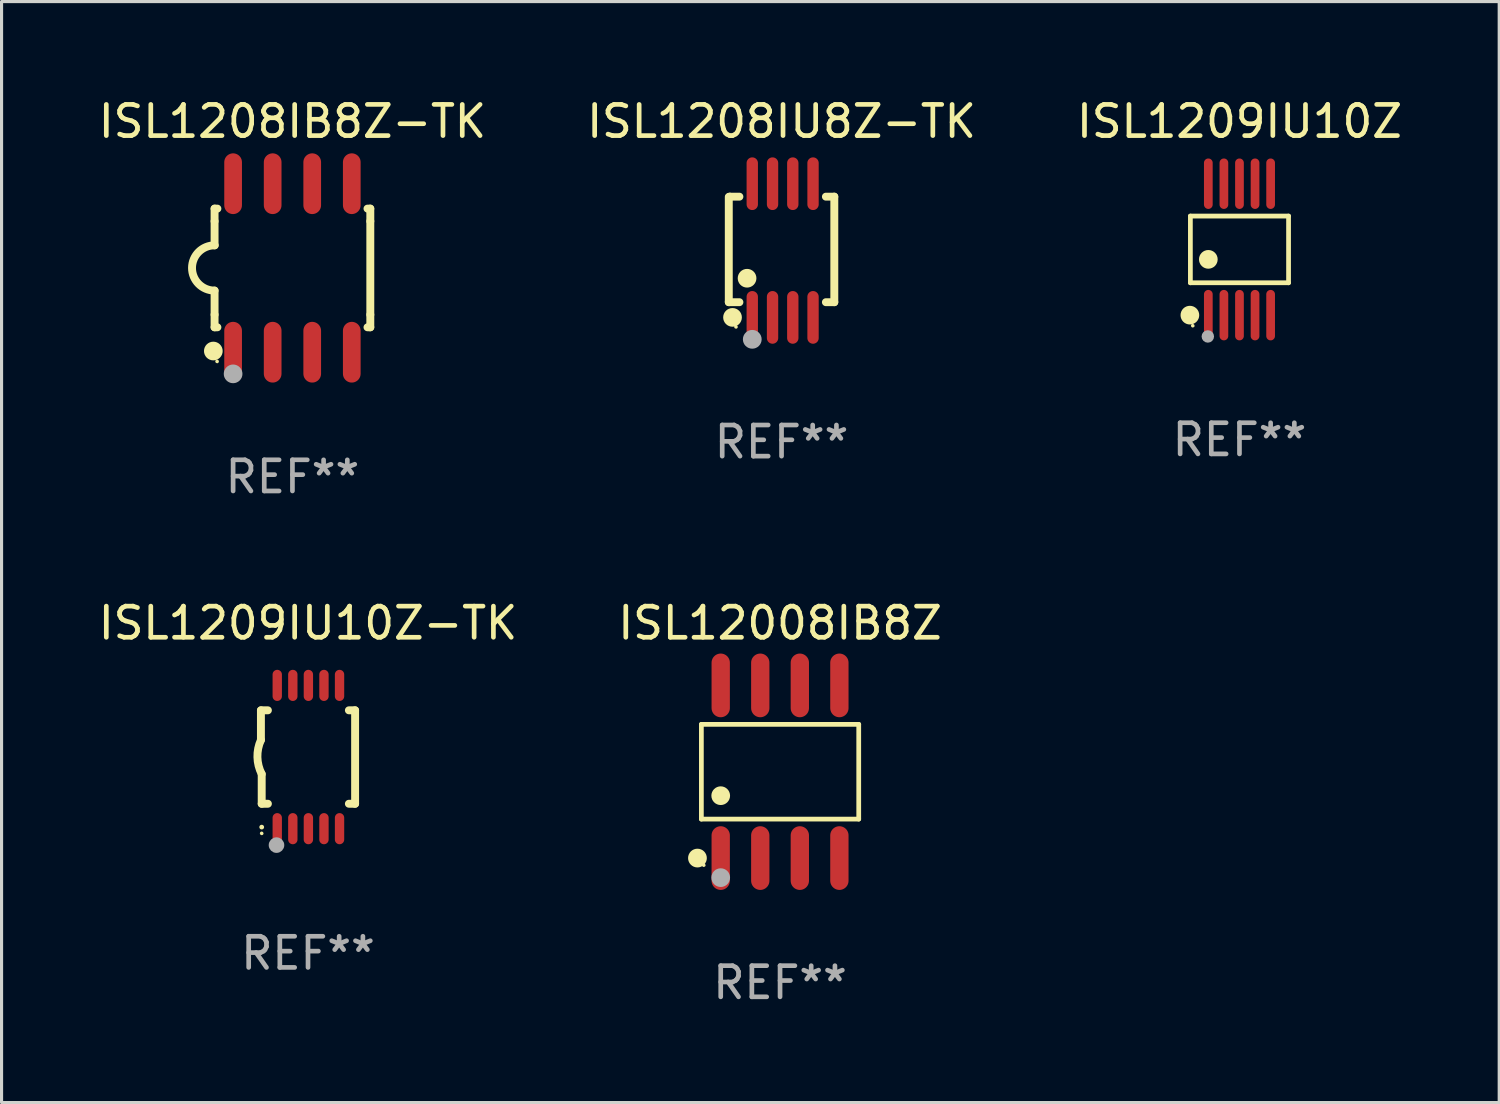
<source format=kicad_pcb>
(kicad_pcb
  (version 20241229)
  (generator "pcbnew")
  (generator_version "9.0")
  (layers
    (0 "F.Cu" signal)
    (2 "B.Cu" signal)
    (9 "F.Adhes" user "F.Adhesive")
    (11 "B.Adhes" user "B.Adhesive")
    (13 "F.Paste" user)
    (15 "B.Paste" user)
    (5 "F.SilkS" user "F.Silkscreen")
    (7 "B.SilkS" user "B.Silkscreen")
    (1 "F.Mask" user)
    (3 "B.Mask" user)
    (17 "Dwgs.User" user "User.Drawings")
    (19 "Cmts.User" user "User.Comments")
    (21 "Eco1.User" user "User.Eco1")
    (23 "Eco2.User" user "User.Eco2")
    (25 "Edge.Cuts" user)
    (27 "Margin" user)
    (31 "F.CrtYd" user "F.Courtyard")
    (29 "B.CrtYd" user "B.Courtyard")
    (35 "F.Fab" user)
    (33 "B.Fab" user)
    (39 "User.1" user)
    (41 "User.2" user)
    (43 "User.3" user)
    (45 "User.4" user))
  (footprint "ISL1208IU8Z-TK"
    (layer "F.Cu")
    (at 22.042 4.994)
    (property "Reference" "ISL1208IU8Z-TK" (at 0 -4.146 0) (layer "F.SilkS") (effects (font (size 1 1) (thickness 0.15))))
    (attr through_hole)
    (fp_line (start -1.694 -1.724) (end -1.694 1.652) (stroke (width 0.254) (type solid)) (layer "F.SilkS"))
    (fp_line (start -1.694 1.652) (end -1.688 1.658) (stroke (width 0.254) (type solid)) (layer "F.SilkS"))
    (fp_line (start -1.688 1.658) (end -1.353 1.658) (stroke (width 0.254) (type solid)) (layer "F.SilkS"))
    (fp_line (start -1.661 -1.73) (end -1.681 -1.71) (stroke (width 0.254) (type solid)) (layer "F.SilkS"))
    (fp_line (start -1.353 -1.73) (end -1.661 -1.73) (stroke (width 0.254) (type solid)) (layer "F.SilkS"))
    (fp_line (start 1.424 1.658) (end 1.694 1.658) (stroke (width 0.254) (type solid)) (layer "F.SilkS"))
    (fp_line (start 1.694 -1.73) (end 1.424 -1.73) (stroke (width 0.254) (type solid)) (layer "F.SilkS"))
    (fp_line (start 1.694 1.658) (end 1.694 -1.73) (stroke (width 0.254) (type solid)) (layer "F.SilkS"))
    (fp_circle (center -1.574 2.146) (end -1.424 2.146) (stroke (width 0.3) (type solid)) (fill no) (layer "F.SilkS"))
    (fp_circle (center -1.464 2.45) (end -1.434 2.45) (stroke (width 0.06) (type solid)) (fill no) (layer "F.SilkS"))
    (fp_circle (center -1.107 0.889) (end -0.957 0.889) (stroke (width 0.3) (type solid)) (fill no) (layer "F.SilkS"))
    (fp_circle (center -0.94 2.85) (end -0.789 2.85) (stroke (width 0.3) (type solid)) (fill no) (layer "F.Fab"))
    (fp_text user "REF**" (at 0 6.146 0) (layer "F.Fab") (effects (font (size 1 1) (thickness 0.15))))
    (pad "1" smd oval (at -0.94 2.146) (size 0.364 1.692) (layers "F.Cu" "F.Mask" "F.Paste"))
    (pad "2" smd oval (at -0.289 2.146) (size 0.364 1.692) (layers "F.Cu" "F.Mask" "F.Paste"))
    (pad "3" smd oval (at 0.361 2.146) (size 0.364 1.692) (layers "F.Cu" "F.Mask" "F.Paste"))
    (pad "4" smd oval (at 1.011 2.146) (size 0.364 1.692) (layers "F.Cu" "F.Mask" "F.Paste"))
    (pad "5" smd oval (at 1.011 -2.146) (size 0.364 1.692) (layers "F.Cu" "F.Mask" "F.Paste"))
    (pad "6" smd oval (at 0.361 -2.146) (size 0.364 1.692) (layers "F.Cu" "F.Mask" "F.Paste"))
    (pad "7" smd oval (at -0.289 -2.146) (size 0.364 1.692) (layers "F.Cu" "F.Mask" "F.Paste"))
    (pad "8" smd oval (at -0.94 -2.146) (size 0.364 1.692) (layers "F.Cu" "F.Mask" "F.Paste")))
  (footprint "ISL1209IU10Z"
    (layer "F.Cu")
    (at 36.744 4.958)
    (property "Reference" "ISL1209IU10Z" (at 0 -4.11 0) (layer "F.SilkS") (effects (font (size 1 1) (thickness 0.15))))
    (attr through_hole)
    (fp_line (start -1.576 -1.071) (end 1.576 -1.071) (stroke (width 0.152) (type solid)) (layer "F.SilkS"))
    (fp_line (start -1.576 1.071) (end -1.576 -1.071) (stroke (width 0.152) (type solid)) (layer "F.SilkS"))
    (fp_line (start 1.576 -1.071) (end 1.576 1.071) (stroke (width 0.152) (type solid)) (layer "F.SilkS"))
    (fp_line (start 1.576 1.071) (end -1.576 1.071) (stroke (width 0.152) (type solid)) (layer "F.SilkS"))
    (fp_circle (center -1.592 2.11) (end -1.442 2.11) (stroke (width 0.3) (type solid)) (fill no) (layer "F.SilkS"))
    (fp_circle (center -1.5 2.45) (end -1.47 2.45) (stroke (width 0.06) (type solid)) (fill no) (layer "F.SilkS"))
    (fp_circle (center -1 0.319) (end -0.85 0.319) (stroke (width 0.3) (type solid)) (fill no) (layer "F.SilkS"))
    (fp_circle (center -1.016 2.794) (end -0.916 2.794) (stroke (width 0.2) (type solid)) (fill no) (layer "F.Fab"))
    (fp_text user "REF**" (at 0 6.11 0) (layer "F.Fab") (effects (font (size 1 1) (thickness 0.15))))
    (pad "1" smd oval (at -1 2.11) (size 0.28 1.62) (layers "F.Cu" "F.Mask" "F.Paste"))
    (pad "2" smd oval (at -0.5 2.11) (size 0.28 1.62) (layers "F.Cu" "F.Mask" "F.Paste"))
    (pad "3" smd oval (at 0 2.11) (size 0.28 1.62) (layers "F.Cu" "F.Mask" "F.Paste"))
    (pad "4" smd oval (at 0.5 2.11) (size 0.28 1.62) (layers "F.Cu" "F.Mask" "F.Paste"))
    (pad "5" smd oval (at 1 2.11) (size 0.28 1.62) (layers "F.Cu" "F.Mask" "F.Paste"))
    (pad "6" smd oval (at 1 -2.11) (size 0.28 1.62) (layers "F.Cu" "F.Mask" "F.Paste"))
    (pad "7" smd oval (at 0.5 -2.11) (size 0.28 1.62) (layers "F.Cu" "F.Mask" "F.Paste"))
    (pad "8" smd oval (at 0 -2.11) (size 0.28 1.62) (layers "F.Cu" "F.Mask" "F.Paste"))
    (pad "9" smd oval (at -0.5 -2.11) (size 0.28 1.62) (layers "F.Cu" "F.Mask" "F.Paste"))
    (pad "10" smd oval (at -1 -2.11) (size 0.28 1.62) (layers "F.Cu" "F.Mask" "F.Paste")))
  (footprint "ISL1209IU10Z-TK"
    (layer "F.Cu")
    (at 6.839 21.255)
    (property "Reference" "ISL1209IU10Z-TK" (at 0 -4.3 0) (layer "F.SilkS") (effects (font (size 1 1) (thickness 0.15))))
    (attr through_hole)
    (fp_line (start -1.512 -1.5) (end -1.512 -0.546) (stroke (width 0.254) (type solid)) (layer "F.SilkS"))
    (fp_line (start -1.487 0.546) (end -1.487 1.5) (stroke (width 0.254) (type solid)) (layer "F.SilkS"))
    (fp_line (start -1.288 -1.5) (end -1.512 -1.5) (stroke (width 0.254) (type solid)) (layer "F.SilkS"))
    (fp_line (start -1.288 1.5) (end -1.487 1.5) (stroke (width 0.254) (type solid)) (layer "F.SilkS"))
    (fp_line (start 1.512 -1.5) (end 1.312 -1.5) (stroke (width 0.254) (type solid)) (layer "F.SilkS"))
    (fp_line (start 1.512 -1.5) (end 1.512 1.5) (stroke (width 0.254) (type solid)) (layer "F.SilkS"))
    (fp_line (start 1.512 1.5) (end 1.312 1.5) (stroke (width 0.254) (type solid)) (layer "F.SilkS"))
    (fp_arc (start -1.487998 2.250013) (mid -1.486728 2.250007) (end -1.485458 2.250013) (stroke (width 0.150013) (type solid)) (layer "F.SilkS"))
    (fp_arc (start -1.486602 0.546102) (mid -1.624196 0.002905) (end -1.512002 -0.546101) (stroke (width 0.254001) (type solid)) (layer "F.SilkS"))
    (fp_circle (center -1.488 2.45) (end -1.458 2.45) (stroke (width 0.06) (type solid)) (fill no) (layer "F.SilkS"))
    (fp_circle (center -1.012 2.828) (end -0.887 2.828) (stroke (width 0.25) (type solid)) (fill no) (layer "F.Fab"))
    (fp_text user "REF**" (at 0 6.3 0) (layer "F.Fab") (effects (font (size 1 1) (thickness 0.15))))
    (pad "1" smd oval (at -0.988 2.3) (size 0.3 1) (layers "F.Cu" "F.Mask" "F.Paste"))
    (pad "2" smd oval (at -0.488 2.3) (size 0.3 1) (layers "F.Cu" "F.Mask" "F.Paste"))
    (pad "3" smd oval (at 0.012 2.3) (size 0.3 1) (layers "F.Cu" "F.Mask" "F.Paste"))
    (pad "4" smd oval (at 0.512 2.3) (size 0.3 1) (layers "F.Cu" "F.Mask" "F.Paste"))
    (pad "5" smd oval (at 1.012 2.3) (size 0.3 1) (layers "F.Cu" "F.Mask" "F.Paste"))
    (pad "6" smd oval (at 1.012 -2.3) (size 0.3 1) (layers "F.Cu" "F.Mask" "F.Paste"))
    (pad "7" smd oval (at 0.512 -2.3) (size 0.3 1) (layers "F.Cu" "F.Mask" "F.Paste"))
    (pad "8" smd oval (at 0.012 -2.3) (size 0.3 1) (layers "F.Cu" "F.Mask" "F.Paste"))
    (pad "9" smd oval (at -0.488 -2.3) (size 0.3 1) (layers "F.Cu" "F.Mask" "F.Paste"))
    (pad "10" smd oval (at -0.988 -2.3) (size 0.3 1) (layers "F.Cu" "F.Mask" "F.Paste")))
  (footprint "ISL1208IB8Z-TK"
    (layer "F.Cu")
    (at 6.339 5.553)
    (property "Reference" "ISL1208IB8Z-TK" (at 0 -4.705 0) (layer "F.SilkS") (effects (font (size 1 1) (thickness 0.15))))
    (attr through_hole)
    (fp_line (start -2.5 -1.905) (end -2.409 -1.905) (stroke (width 0.254) (type solid)) (layer "F.SilkS"))
    (fp_line (start -2.5 -1.5) (end -2.5 -1.905) (stroke (width 0.254) (type solid)) (layer "F.SilkS"))
    (fp_line (start -2.5 -1.5) (end -2.5 -0.726) (stroke (width 0.254) (type solid)) (layer "F.SilkS"))
    (fp_line (start -2.5 1.5) (end -2.5 0.727) (stroke (width 0.254) (type solid)) (layer "F.SilkS"))
    (fp_line (start -2.5 1.5) (end -2.5 1.905) (stroke (width 0.254) (type solid)) (layer "F.SilkS"))
    (fp_line (start -2.5 1.905) (end -2.409 1.905) (stroke (width 0.254) (type solid)) (layer "F.SilkS"))
    (fp_line (start 2.5 -1.905) (end 2.409 -1.905) (stroke (width 0.254) (type solid)) (layer "F.SilkS"))
    (fp_line (start 2.5 -1.5) (end 2.5 -1.905) (stroke (width 0.254) (type solid)) (layer "F.SilkS"))
    (fp_line (start 2.5 -1.5) (end 2.5 1.5) (stroke (width 0.254) (type solid)) (layer "F.SilkS"))
    (fp_line (start 2.5 1.5) (end 2.5 1.905) (stroke (width 0.254) (type solid)) (layer "F.SilkS"))
    (fp_line (start 2.5 1.905) (end 2.409 1.905) (stroke (width 0.254) (type solid)) (layer "F.SilkS"))
    (fp_arc (start -2.5 0.726568) (mid -3.220316 -0.0023) (end -2.495097 -0.726289) (stroke (width 0.254001) (type solid)) (layer "F.SilkS"))
    (fp_circle (center -2.54 2.667) (end -2.39 2.667) (stroke (width 0.3) (type solid)) (fill no) (layer "F.SilkS"))
    (fp_circle (center -2.42 3) (end -2.39 3) (stroke (width 0.06) (type solid)) (fill no) (layer "F.SilkS"))
    (fp_circle (center -1.905 3.4) (end -1.755 3.4) (stroke (width 0.3) (type solid)) (fill no) (layer "F.Fab"))
    (fp_text user "REF**" (at 0 6.705 0) (layer "F.Fab") (effects (font (size 1 1) (thickness 0.15))))
    (pad "1" smd oval (at -1.905 2.705) (size 0.568 1.95) (layers "F.Cu" "F.Mask" "F.Paste"))
    (pad "2" smd oval (at -0.635 2.705) (size 0.568 1.95) (layers "F.Cu" "F.Mask" "F.Paste"))
    (pad "3" smd oval (at 0.635 2.705) (size 0.568 1.95) (layers "F.Cu" "F.Mask" "F.Paste"))
    (pad "4" smd oval (at 1.905 2.705) (size 0.568 1.95) (layers "F.Cu" "F.Mask" "F.Paste"))
    (pad "5" smd oval (at 1.905 -2.705) (size 0.568 1.95) (layers "F.Cu" "F.Mask" "F.Paste"))
    (pad "6" smd oval (at 0.635 -2.705) (size 0.568 1.95) (layers "F.Cu" "F.Mask" "F.Paste"))
    (pad "7" smd oval (at -0.635 -2.705) (size 0.568 1.95) (layers "F.Cu" "F.Mask" "F.Paste"))
    (pad "8" smd oval (at -1.905 -2.705) (size 0.568 1.95) (layers "F.Cu" "F.Mask" "F.Paste")))
  (footprint "ISL12008IB8Z"
    (layer "F.Cu")
    (at 21.994 21.727)
    (property "Reference" "ISL12008IB8Z" (at 0 -4.772 0) (layer "F.SilkS") (effects (font (size 1 1) (thickness 0.15))))
    (attr through_hole)
    (fp_line (start -2.526 -1.521) (end 2.526 -1.521) (stroke (width 0.152) (type solid)) (layer "F.SilkS"))
    (fp_line (start -2.526 1.521) (end -2.526 -1.521) (stroke (width 0.152) (type solid)) (layer "F.SilkS"))
    (fp_line (start 2.526 -1.521) (end 2.526 1.521) (stroke (width 0.152) (type solid)) (layer "F.SilkS"))
    (fp_line (start 2.526 1.521) (end -2.526 1.521) (stroke (width 0.152) (type solid)) (layer "F.SilkS"))
    (fp_circle (center -2.652 2.772) (end -2.501 2.772) (stroke (width 0.3) (type solid)) (fill no) (layer "F.SilkS"))
    (fp_circle (center -2.45 3) (end -2.42 3) (stroke (width 0.06) (type solid)) (fill no) (layer "F.SilkS"))
    (fp_circle (center -1.905 0.769) (end -1.755 0.769) (stroke (width 0.3) (type solid)) (fill no) (layer "F.SilkS"))
    (fp_circle (center -1.905 3.4) (end -1.755 3.4) (stroke (width 0.3) (type solid)) (fill no) (layer "F.Fab"))
    (fp_text user "REF**" (at 0 6.772 0) (layer "F.Fab") (effects (font (size 1 1) (thickness 0.15))))
    (pad "1" smd oval (at -1.905 2.772) (size 0.588 2.045) (layers "F.Cu" "F.Mask" "F.Paste"))
    (pad "2" smd oval (at -0.635 2.772) (size 0.588 2.045) (layers "F.Cu" "F.Mask" "F.Paste"))
    (pad "3" smd oval (at 0.635 2.772) (size 0.588 2.045) (layers "F.Cu" "F.Mask" "F.Paste"))
    (pad "4" smd oval (at 1.905 2.772) (size 0.588 2.045) (layers "F.Cu" "F.Mask" "F.Paste"))
    (pad "5" smd oval (at 1.905 -2.772) (size 0.588 2.045) (layers "F.Cu" "F.Mask" "F.Paste"))
    (pad "6" smd oval (at 0.635 -2.772) (size 0.588 2.045) (layers "F.Cu" "F.Mask" "F.Paste"))
    (pad "7" smd oval (at -0.635 -2.772) (size 0.588 2.045) (layers "F.Cu" "F.Mask" "F.Paste"))
    (pad "8" smd oval (at -1.905 -2.772) (size 0.588 2.045) (layers "F.Cu" "F.Mask" "F.Paste")))
  (gr_rect
    (start -3 -3)
    (end 45.083 32.348)
    (stroke (width 0.1) (type default))
    (fill no)
    (layer "Edge.Cuts")))
</source>
